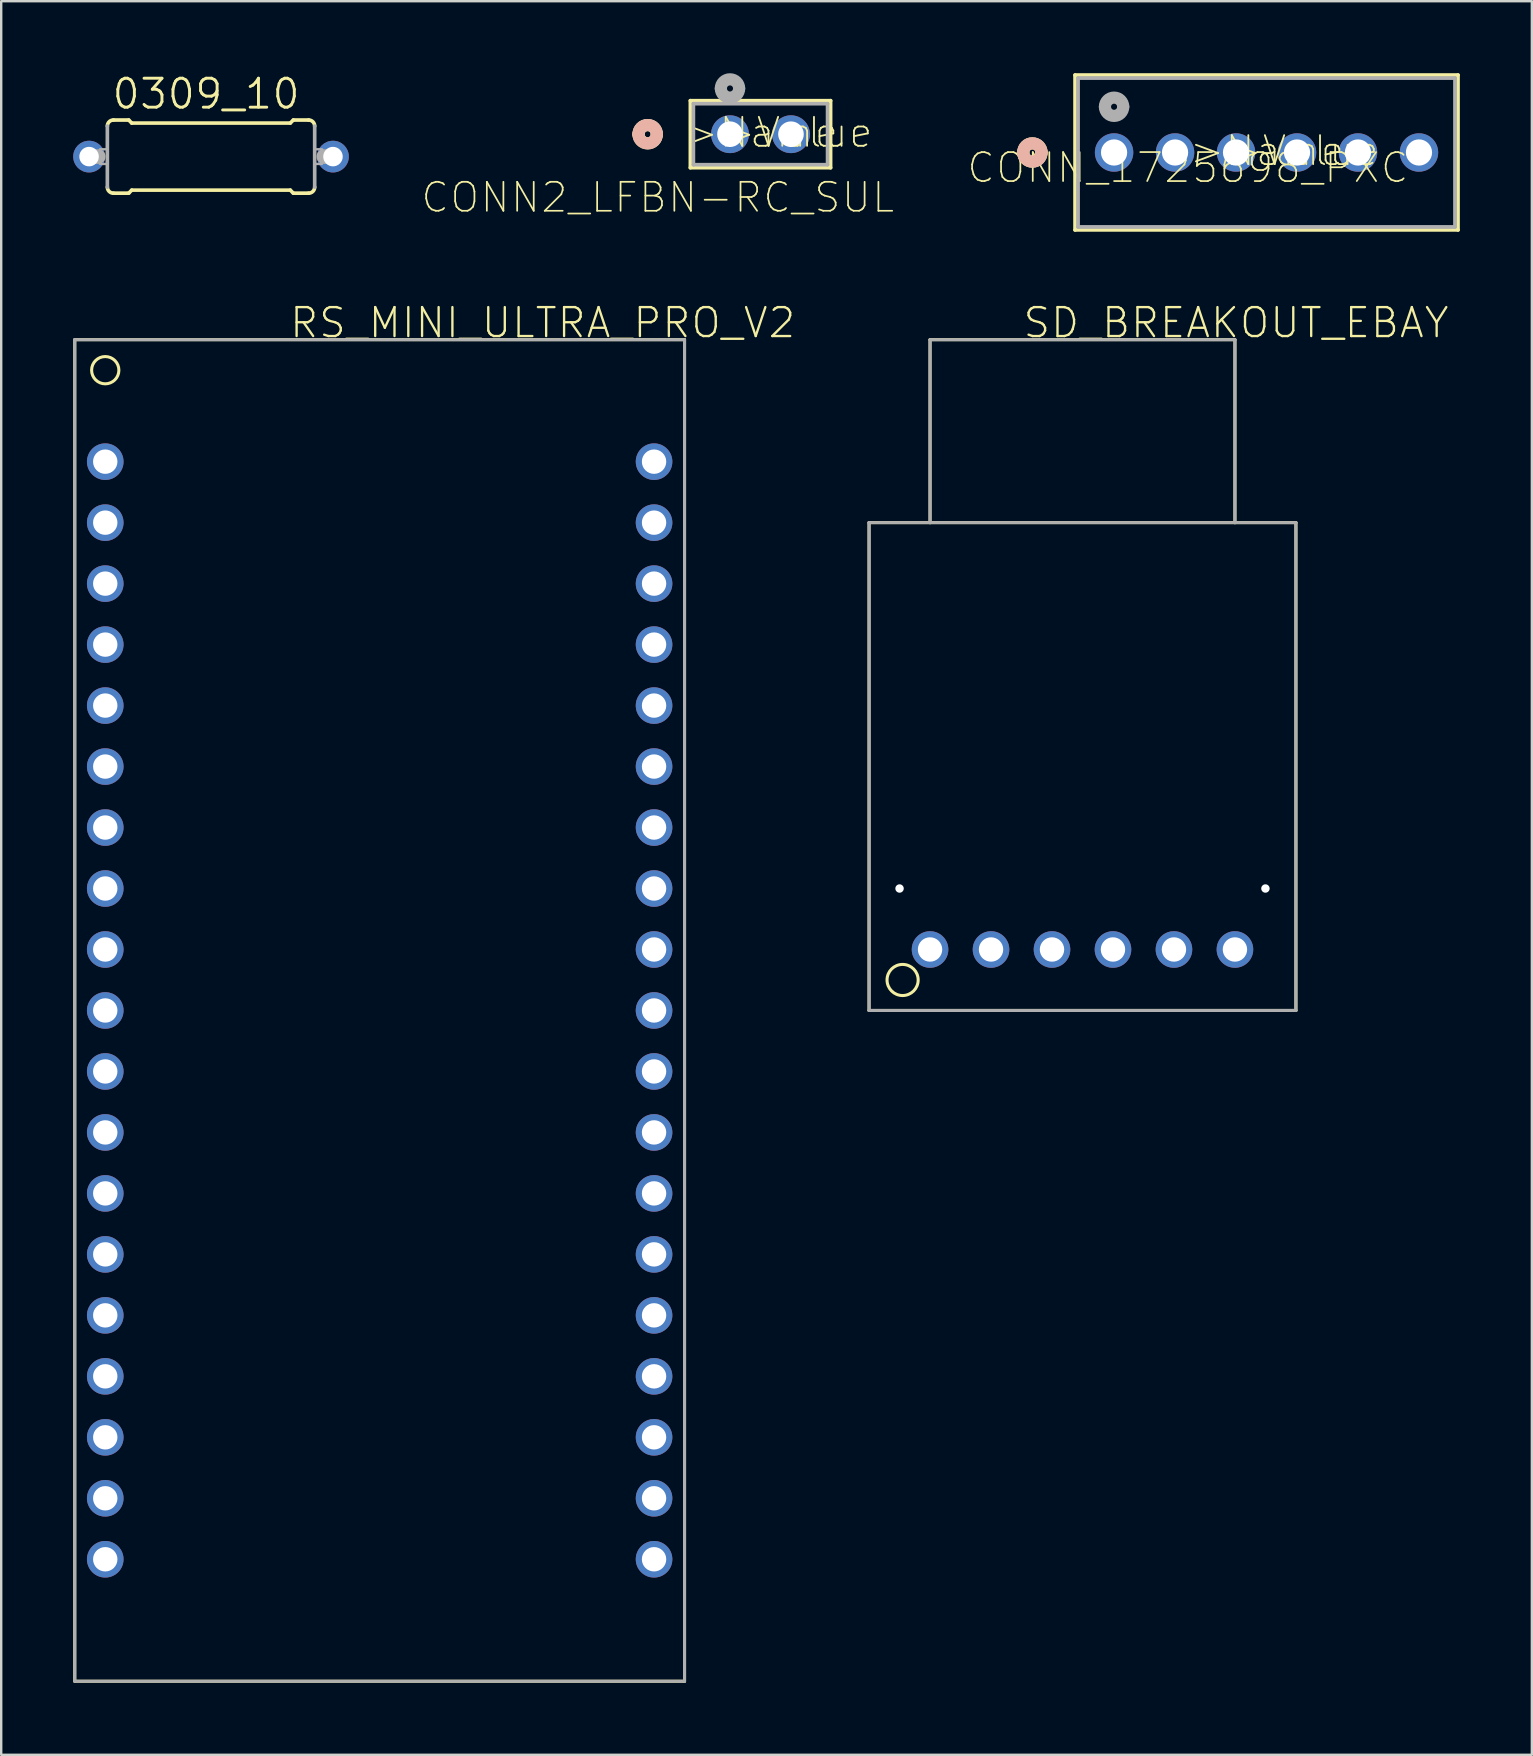
<source format=kicad_pcb>
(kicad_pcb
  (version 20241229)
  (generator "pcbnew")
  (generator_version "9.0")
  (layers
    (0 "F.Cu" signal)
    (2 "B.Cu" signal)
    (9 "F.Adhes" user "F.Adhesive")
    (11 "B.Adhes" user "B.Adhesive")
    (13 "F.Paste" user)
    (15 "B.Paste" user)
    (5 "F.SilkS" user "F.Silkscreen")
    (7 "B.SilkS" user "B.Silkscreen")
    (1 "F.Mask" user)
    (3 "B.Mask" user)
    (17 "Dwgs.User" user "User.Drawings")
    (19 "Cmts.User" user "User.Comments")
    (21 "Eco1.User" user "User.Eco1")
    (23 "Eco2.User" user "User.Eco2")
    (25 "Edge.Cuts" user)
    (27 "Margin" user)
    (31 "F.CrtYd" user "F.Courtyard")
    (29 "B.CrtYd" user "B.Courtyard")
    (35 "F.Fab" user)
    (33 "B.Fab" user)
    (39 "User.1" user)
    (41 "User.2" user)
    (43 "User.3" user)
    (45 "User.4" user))
  (footprint "SD_BREAKOUT_EBAY"
    (layer "F.Cu")
    (at 43.31 36.5)
    (property "Reference" "SD_BREAKOUT_EBAY" (at -3.81 -25.4 0) (layer "F.SilkS") (effects (font (size 1.206 1.206) (thickness 0.097)) (justify left bottom)))
    (attr through_hole)
    (fp_line (start -10.16 -17.78) (end -10.16 2.54) (stroke (width 0.127) (type solid)) (layer "F.SilkS"))
    (fp_line (start -10.16 2.54) (end 7.62 2.54) (stroke (width 0.127) (type solid)) (layer "F.SilkS"))
    (fp_line (start -7.62 -25.4) (end 5.08 -25.4) (stroke (width 0.127) (type solid)) (layer "F.SilkS"))
    (fp_line (start -7.62 -17.78) (end -10.16 -17.78) (stroke (width 0.127) (type solid)) (layer "F.SilkS"))
    (fp_line (start -7.62 -17.78) (end -7.62 -25.4) (stroke (width 0.127) (type solid)) (layer "F.SilkS"))
    (fp_line (start 5.08 -25.4) (end 5.08 -17.78) (stroke (width 0.127) (type solid)) (layer "F.SilkS"))
    (fp_line (start 5.08 -17.78) (end -7.62 -17.78) (stroke (width 0.127) (type solid)) (layer "F.SilkS"))
    (fp_line (start 7.62 -17.78) (end 5.08 -17.78) (stroke (width 0.127) (type solid)) (layer "F.SilkS"))
    (fp_line (start 7.62 2.54) (end 7.62 -17.78) (stroke (width 0.127) (type solid)) (layer "F.SilkS"))
    (fp_circle (center -8.763 1.27) (end -8.115 1.27) (stroke (width 0.127) (type solid)) (fill no) (layer "F.SilkS"))
    (fp_line (start -10.16 -17.78) (end -10.16 2.54) (stroke (width 0.127) (type solid)) (layer "F.Fab"))
    (fp_line (start -10.16 2.54) (end 7.62 2.54) (stroke (width 0.127) (type solid)) (layer "F.Fab"))
    (fp_line (start -7.62 -25.4) (end 5.08 -25.4) (stroke (width 0.127) (type solid)) (layer "F.Fab"))
    (fp_line (start -7.62 -17.78) (end -10.16 -17.78) (stroke (width 0.127) (type solid)) (layer "F.Fab"))
    (fp_line (start -7.62 -17.78) (end -7.62 -25.4) (stroke (width 0.127) (type solid)) (layer "F.Fab"))
    (fp_line (start 5.08 -25.4) (end 5.08 -17.78) (stroke (width 0.127) (type solid)) (layer "F.Fab"))
    (fp_line (start 5.08 -17.78) (end -7.62 -17.78) (stroke (width 0.127) (type solid)) (layer "F.Fab"))
    (fp_line (start 7.62 -17.78) (end 5.08 -17.78) (stroke (width 0.127) (type solid)) (layer "F.Fab"))
    (fp_line (start 7.62 2.54) (end 7.62 -17.78) (stroke (width 0.127) (type solid)) (layer "F.Fab"))
    (pad "" np_thru_hole circle (at -8.89 -2.54) (size 0.35 0.35) (drill 0.35) (layers "*.Cu" "*.Mask"))
    (pad "" np_thru_hole circle (at 6.35 -2.54) (size 0.35 0.35) (drill 0.35) (layers "*.Cu" "*.Mask"))
    (pad "3V3" thru_hole circle (at 5.08 0) (size 1.524 1.524) (drill 1.016) (layers "*.Cu" "*.Mask"))
    (pad "CLK" thru_hole circle (at -2.54 0) (size 1.524 1.524) (drill 1.016) (layers "*.Cu" "*.Mask"))
    (pad "CS" thru_hole circle (at 2.54 0) (size 1.524 1.524) (drill 1.016) (layers "*.Cu" "*.Mask"))
    (pad "GND" thru_hole circle (at -7.62 0) (size 1.524 1.524) (drill 1.016) (layers "*.Cu" "*.Mask"))
    (pad "MISO" thru_hole circle (at -5.08 0) (size 1.524 1.524) (drill 1.016) (layers "*.Cu" "*.Mask"))
    (pad "MOSI" thru_hole circle (at 0 0) (size 1.524 1.524) (drill 1.016) (layers "*.Cu" "*.Mask")))
  (footprint "CONN2_LFBN-RC_SUL"
    (layer "F.Cu")
    (at 27.357 2.54)
    (property "Reference" "CONN2_LFBN-RC_SUL" (at -3.007 2.635 0) (layer "F.SilkS") (effects (font (size 1.206 1.206) (thickness 0.072))))
    (attr through_hole)
    (fp_line (start -1.651 -1.397) (end -1.651 1.397) (stroke (width 0.152) (type solid)) (layer "F.SilkS"))
    (fp_line (start -1.651 1.397) (end 4.191 1.397) (stroke (width 0.152) (type solid)) (layer "F.SilkS"))
    (fp_line (start 4.191 -1.397) (end -1.651 -1.397) (stroke (width 0.152) (type solid)) (layer "F.SilkS"))
    (fp_line (start 4.191 1.397) (end 4.191 -1.397) (stroke (width 0.152) (type solid)) (layer "F.SilkS"))
    (fp_arc (start -3.81 0) (mid -3.429 -0.381) (end -3.048 0) (stroke (width 0.508) (type solid)) (layer "F.SilkS"))
    (fp_arc (start -3.048 0) (mid -3.429 0.381) (end -3.81 0) (stroke (width 0.508) (type solid)) (layer "F.SilkS"))
    (fp_arc (start -3.81 0) (mid -3.429 -0.381) (end -3.048 0) (stroke (width 0.508) (type solid)) (layer "B.SilkS"))
    (fp_arc (start -3.048 0) (mid -3.429 0.381) (end -3.81 0) (stroke (width 0.508) (type solid)) (layer "B.SilkS"))
    (fp_line (start -1.524 -1.27) (end -1.524 1.27) (stroke (width 0.152) (type solid)) (layer "F.Fab"))
    (fp_line (start -1.524 1.27) (end 4.064 1.27) (stroke (width 0.152) (type solid)) (layer "F.Fab"))
    (fp_line (start 4.064 -1.27) (end -1.524 -1.27) (stroke (width 0.152) (type solid)) (layer "F.Fab"))
    (fp_line (start 4.064 1.27) (end 4.064 -1.27) (stroke (width 0.152) (type solid)) (layer "F.Fab"))
    (fp_arc (start -0.381 -1.905) (mid 0 -2.286) (end 0.381 -1.905) (stroke (width 0.508) (type solid)) (layer "F.Fab"))
    (fp_arc (start 0.381 -1.905) (mid 0 -1.524) (end -0.381 -1.905) (stroke (width 0.508) (type solid)) (layer "F.Fab"))
    (fp_text user ">Name" (at -2.007 0.635 0) (layer "F.SilkS") (effects (font (size 1.206 1.206) (thickness 0.076)) (justify left bottom)))
    (fp_text user ">Value" (at -0.457 0.635 0) (layer "F.SilkS") (effects (font (size 1.206 1.206) (thickness 0.076)) (justify left bottom)))
    (pad "1" thru_hole circle (at 0 0) (size 1.575 1.575) (drill 1.067) (layers "*.Cu" "*.Mask"))
    (pad "2" thru_hole circle (at 2.54 0) (size 1.575 1.575) (drill 1.067) (layers "*.Cu" "*.Mask")))
  (footprint "CONN_1725698_PXC"
    (layer "F.Cu")
    (at 43.356 3.302)
    (property "Reference" "CONN_1725698_PXC" (at 3.073 0.635 0) (layer "F.SilkS") (effects (font (size 1.206 1.206) (thickness 0.072))))
    (attr through_hole)
    (fp_line (start -1.626 -3.226) (end -1.626 3.226) (stroke (width 0.152) (type solid)) (layer "F.SilkS"))
    (fp_line (start -1.626 3.226) (end 14.326 3.226) (stroke (width 0.152) (type solid)) (layer "F.SilkS"))
    (fp_line (start 14.326 -3.226) (end -1.626 -3.226) (stroke (width 0.152) (type solid)) (layer "F.SilkS"))
    (fp_line (start 14.326 3.226) (end 14.326 -3.226) (stroke (width 0.152) (type solid)) (layer "F.SilkS"))
    (fp_arc (start -3.7846 0) (mid -3.4036 -0.381) (end -3.0226 0) (stroke (width 0.508) (type solid)) (layer "F.SilkS"))
    (fp_arc (start -3.0226 0) (mid -3.4036 0.381) (end -3.7846 0) (stroke (width 0.508) (type solid)) (layer "F.SilkS"))
    (fp_arc (start -3.7846 0) (mid -3.4036 -0.381) (end -3.0226 0) (stroke (width 0.508) (type solid)) (layer "B.SilkS"))
    (fp_arc (start -3.0226 0) (mid -3.4036 0.381) (end -3.7846 0) (stroke (width 0.508) (type solid)) (layer "B.SilkS"))
    (fp_line (start -1.499 -3.099) (end -1.499 3.099) (stroke (width 0.152) (type solid)) (layer "F.Fab"))
    (fp_line (start -1.499 3.099) (end 14.199 3.099) (stroke (width 0.152) (type solid)) (layer "F.Fab"))
    (fp_line (start 14.199 -3.099) (end -1.499 -3.099) (stroke (width 0.152) (type solid)) (layer "F.Fab"))
    (fp_line (start 14.199 3.099) (end 14.199 -3.099) (stroke (width 0.152) (type solid)) (layer "F.Fab"))
    (fp_arc (start -0.381 -1.905) (mid 0 -2.286) (end 0.381 -1.905) (stroke (width 0.508) (type solid)) (layer "F.Fab"))
    (fp_arc (start 0.381 -1.905) (mid 0 -1.524) (end -0.381 -1.905) (stroke (width 0.508) (type solid)) (layer "F.Fab"))
    (fp_text user ">Value" (at 4.623 0.635 0) (layer "F.SilkS") (effects (font (size 1.206 1.206) (thickness 0.076)) (justify left bottom)))
    (fp_text user ">Name" (at 3.073 0.635 0) (layer "F.SilkS") (effects (font (size 1.206 1.206) (thickness 0.076)) (justify left bottom)))
    (pad "1" thru_hole circle (at 0 0) (size 1.6 1.6) (drill 1.092) (layers "*.Cu" "*.Mask"))
    (pad "2" thru_hole circle (at 2.54 0) (size 1.6 1.6) (drill 1.092) (layers "*.Cu" "*.Mask"))
    (pad "3" thru_hole circle (at 5.08 0) (size 1.6 1.6) (drill 1.092) (layers "*.Cu" "*.Mask"))
    (pad "4" thru_hole circle (at 7.62 0) (size 1.6 1.6) (drill 1.092) (layers "*.Cu" "*.Mask"))
    (pad "5" thru_hole circle (at 10.16 0) (size 1.6 1.6) (drill 1.092) (layers "*.Cu" "*.Mask"))
    (pad "6" thru_hole circle (at 12.7 0) (size 1.6 1.6) (drill 1.092) (layers "*.Cu" "*.Mask")))
  (footprint "0309_10"
    (layer "F.Cu")
    (at 5.74 3.473)
    (property "Reference" "0309_10" (at -4.191 -1.905 0) (layer "F.SilkS") (effects (font (size 1.206 1.206) (thickness 0.121)) (justify left bottom)))
    (attr through_hole)
    (fp_line (start -4.064 -1.524) (end -3.429 -1.524) (stroke (width 0.152) (type solid)) (layer "F.SilkS"))
    (fp_line (start -4.064 1.524) (end -3.429 1.524) (stroke (width 0.152) (type solid)) (layer "F.SilkS"))
    (fp_line (start -3.302 -1.397) (end -3.429 -1.524) (stroke (width 0.152) (type solid)) (layer "F.SilkS"))
    (fp_line (start -3.302 1.397) (end -3.429 1.524) (stroke (width 0.152) (type solid)) (layer "F.SilkS"))
    (fp_line (start 3.302 -1.397) (end -3.302 -1.397) (stroke (width 0.152) (type solid)) (layer "F.SilkS"))
    (fp_line (start 3.302 -1.397) (end 3.429 -1.524) (stroke (width 0.152) (type solid)) (layer "F.SilkS"))
    (fp_line (start 3.302 1.397) (end -3.302 1.397) (stroke (width 0.152) (type solid)) (layer "F.SilkS"))
    (fp_line (start 3.302 1.397) (end 3.429 1.524) (stroke (width 0.152) (type solid)) (layer "F.SilkS"))
    (fp_line (start 4.064 -1.524) (end 3.429 -1.524) (stroke (width 0.152) (type solid)) (layer "F.SilkS"))
    (fp_line (start 4.064 1.524) (end 3.429 1.524) (stroke (width 0.152) (type solid)) (layer "F.SilkS"))
    (fp_arc (start -4.318 -1.27) (mid -4.243605 -1.449605) (end -4.064 -1.524) (stroke (width 0.1524) (type solid)) (layer "F.SilkS"))
    (fp_arc (start -4.064 1.524) (mid -4.243605 1.449605) (end -4.318 1.27) (stroke (width 0.1524) (type solid)) (layer "F.SilkS"))
    (fp_arc (start 4.064 -1.524) (mid 4.243605 -1.449605) (end 4.318 -1.27) (stroke (width 0.1524) (type solid)) (layer "F.SilkS"))
    (fp_arc (start 4.318 1.27) (mid 4.243605 1.449605) (end 4.064 1.524) (stroke (width 0.1524) (type solid)) (layer "F.SilkS"))
    (fp_line (start -4.699 0) (end -5.08 0) (stroke (width 0.61) (type solid)) (layer "F.Fab"))
    (fp_line (start -4.318 1.27) (end -4.318 -1.27) (stroke (width 0.152) (type solid)) (layer "F.Fab"))
    (fp_line (start 4.318 1.27) (end 4.318 -1.27) (stroke (width 0.152) (type solid)) (layer "F.Fab"))
    (fp_line (start 5.08 0) (end 4.699 0) (stroke (width 0.61) (type solid)) (layer "F.Fab"))
    (fp_poly (pts (xy -4.623 0.305) (xy -4.318 0.305) (xy -4.318 -0.305) (xy -4.623 -0.305)) (stroke (width 0.1) (type solid)) (fill no) (layer "F.Fab"))
    (fp_poly (pts (xy 4.318 0.305) (xy 4.623 0.305) (xy 4.623 -0.305) (xy 4.318 -0.305)) (stroke (width 0.1) (type solid)) (fill no) (layer "F.Fab"))
    (pad "1" thru_hole circle (at -5.08 0) (size 1.321 1.321) (drill 0.813) (layers "*.Cu" "*.Mask"))
    (pad "2" thru_hole circle (at 5.08 0) (size 1.321 1.321) (drill 0.813) (layers "*.Cu" "*.Mask")))
  (footprint "RS_MINI_ULTRA_PRO_V2"
    (layer "F.Cu")
    (at 12.764 39.04)
    (property "Reference" "RS_MINI_ULTRA_PRO_V2" (at -3.81 -27.94 0) (layer "F.SilkS") (effects (font (size 1.206 1.206) (thickness 0.097)) (justify left bottom)))
    (attr through_hole)
    (fp_line (start -12.7 -27.94) (end 12.7 -27.94) (stroke (width 0.127) (type solid)) (layer "F.SilkS"))
    (fp_line (start -12.7 27.94) (end -12.7 -27.94) (stroke (width 0.127) (type solid)) (layer "F.SilkS"))
    (fp_line (start 12.7 -27.94) (end 12.7 27.94) (stroke (width 0.127) (type solid)) (layer "F.SilkS"))
    (fp_line (start 12.7 27.94) (end -12.7 27.94) (stroke (width 0.127) (type solid)) (layer "F.SilkS"))
    (fp_circle (center -11.43 -26.67) (end -10.862 -26.67) (stroke (width 0.127) (type solid)) (fill no) (layer "F.SilkS"))
    (fp_line (start -12.7 -27.94) (end 12.7 -27.94) (stroke (width 0.127) (type solid)) (layer "F.Fab"))
    (fp_line (start -12.7 27.94) (end -12.7 -27.94) (stroke (width 0.127) (type solid)) (layer "F.Fab"))
    (fp_line (start 12.7 -27.94) (end 12.7 27.94) (stroke (width 0.127) (type solid)) (layer "F.Fab"))
    (fp_line (start 12.7 27.94) (end -12.7 27.94) (stroke (width 0.127) (type solid)) (layer "F.Fab"))
    (pad "P$101" thru_hole circle (at -11.43 -22.86 270) (size 1.524 1.524) (drill 1.016) (layers "*.Cu" "*.Mask"))
    (pad "P$102" thru_hole circle (at -11.43 -20.32 270) (size 1.524 1.524) (drill 1.016) (layers "*.Cu" "*.Mask"))
    (pad "P$103" thru_hole circle (at -11.43 -17.78 270) (size 1.524 1.524) (drill 1.016) (layers "*.Cu" "*.Mask"))
    (pad "P$104" thru_hole circle (at -11.43 -15.24 270) (size 1.524 1.524) (drill 1.016) (layers "*.Cu" "*.Mask"))
    (pad "P$105" thru_hole circle (at -11.43 -12.7 270) (size 1.524 1.524) (drill 1.016) (layers "*.Cu" "*.Mask"))
    (pad "P$106" thru_hole circle (at -11.43 -10.16 270) (size 1.524 1.524) (drill 1.016) (layers "*.Cu" "*.Mask"))
    (pad "P$107" thru_hole circle (at -11.43 -7.62 270) (size 1.524 1.524) (drill 1.016) (layers "*.Cu" "*.Mask"))
    (pad "P$108" thru_hole circle (at -11.43 -5.08 270) (size 1.524 1.524) (drill 1.016) (layers "*.Cu" "*.Mask"))
    (pad "P$109" thru_hole circle (at -11.43 -2.54 270) (size 1.524 1.524) (drill 1.016) (layers "*.Cu" "*.Mask"))
    (pad "P$110" thru_hole circle (at -11.43 0 270) (size 1.524 1.524) (drill 1.016) (layers "*.Cu" "*.Mask"))
    (pad "P$111" thru_hole circle (at -11.43 2.54 270) (size 1.524 1.524) (drill 1.016) (layers "*.Cu" "*.Mask"))
    (pad "P$112" thru_hole circle (at -11.43 5.08 270) (size 1.524 1.524) (drill 1.016) (layers "*.Cu" "*.Mask"))
    (pad "P$113" thru_hole circle (at -11.43 7.62 270) (size 1.524 1.524) (drill 1.016) (layers "*.Cu" "*.Mask"))
    (pad "P$114" thru_hole circle (at -11.43 10.16 270) (size 1.524 1.524) (drill 1.016) (layers "*.Cu" "*.Mask"))
    (pad "P$115" thru_hole circle (at -11.43 12.7 270) (size 1.524 1.524) (drill 1.016) (layers "*.Cu" "*.Mask"))
    (pad "P$116" thru_hole circle (at -11.43 15.24 270) (size 1.524 1.524) (drill 1.016) (layers "*.Cu" "*.Mask"))
    (pad "P$117" thru_hole circle (at -11.43 17.78 270) (size 1.524 1.524) (drill 1.016) (layers "*.Cu" "*.Mask"))
    (pad "P$118" thru_hole circle (at -11.43 20.32 270) (size 1.524 1.524) (drill 1.016) (layers "*.Cu" "*.Mask"))
    (pad "P$119" thru_hole circle (at -11.43 22.86 270) (size 1.524 1.524) (drill 1.016) (layers "*.Cu" "*.Mask"))
    (pad "P$120" thru_hole circle (at 11.43 22.86 270) (size 1.524 1.524) (drill 1.016) (layers "*.Cu" "*.Mask"))
    (pad "P$121" thru_hole circle (at 11.43 20.32 270) (size 1.524 1.524) (drill 1.016) (layers "*.Cu" "*.Mask"))
    (pad "P$122" thru_hole circle (at 11.43 17.78 270) (size 1.524 1.524) (drill 1.016) (layers "*.Cu" "*.Mask"))
    (pad "P$123" thru_hole circle (at 11.43 15.24 270) (size 1.524 1.524) (drill 1.016) (layers "*.Cu" "*.Mask"))
    (pad "P$124" thru_hole circle (at 11.43 12.7 270) (size 1.524 1.524) (drill 1.016) (layers "*.Cu" "*.Mask"))
    (pad "P$125" thru_hole circle (at 11.43 10.16 270) (size 1.524 1.524) (drill 1.016) (layers "*.Cu" "*.Mask"))
    (pad "P$126" thru_hole circle (at 11.43 7.62 270) (size 1.524 1.524) (drill 1.016) (layers "*.Cu" "*.Mask"))
    (pad "P$127" thru_hole circle (at 11.43 5.08 270) (size 1.524 1.524) (drill 1.016) (layers "*.Cu" "*.Mask"))
    (pad "P$128" thru_hole circle (at 11.43 2.54 270) (size 1.524 1.524) (drill 1.016) (layers "*.Cu" "*.Mask"))
    (pad "P$129" thru_hole circle (at 11.43 0 270) (size 1.524 1.524) (drill 1.016) (layers "*.Cu" "*.Mask"))
    (pad "P$130" thru_hole circle (at 11.43 -2.54 270) (size 1.524 1.524) (drill 1.016) (layers "*.Cu" "*.Mask"))
    (pad "P$131" thru_hole circle (at 11.43 -5.08 270) (size 1.524 1.524) (drill 1.016) (layers "*.Cu" "*.Mask"))
    (pad "P$132" thru_hole circle (at 11.43 -7.62 270) (size 1.524 1.524) (drill 1.016) (layers "*.Cu" "*.Mask"))
    (pad "P$133" thru_hole circle (at 11.43 -10.16 270) (size 1.524 1.524) (drill 1.016) (layers "*.Cu" "*.Mask"))
    (pad "P$134" thru_hole circle (at 11.43 -12.7 270) (size 1.524 1.524) (drill 1.016) (layers "*.Cu" "*.Mask"))
    (pad "P$135" thru_hole circle (at 11.43 -15.24) (size 1.524 1.524) (drill 1.016) (layers "*.Cu" "*.Mask"))
    (pad "P$136" thru_hole circle (at 11.43 -17.78 270) (size 1.524 1.524) (drill 1.016) (layers "*.Cu" "*.Mask"))
    (pad "P$137" thru_hole circle (at 11.43 -20.32 270) (size 1.524 1.524) (drill 1.016) (layers "*.Cu" "*.Mask"))
    (pad "P$138" thru_hole circle (at 11.43 -22.86) (size 1.524 1.524) (drill 1.016) (layers "*.Cu" "*.Mask")))
  (gr_rect
    (start -3 -3)
    (end 60.758 70.044)
    (stroke (width 0.1) (type default))
    (fill no)
    (layer "Edge.Cuts")))
</source>
